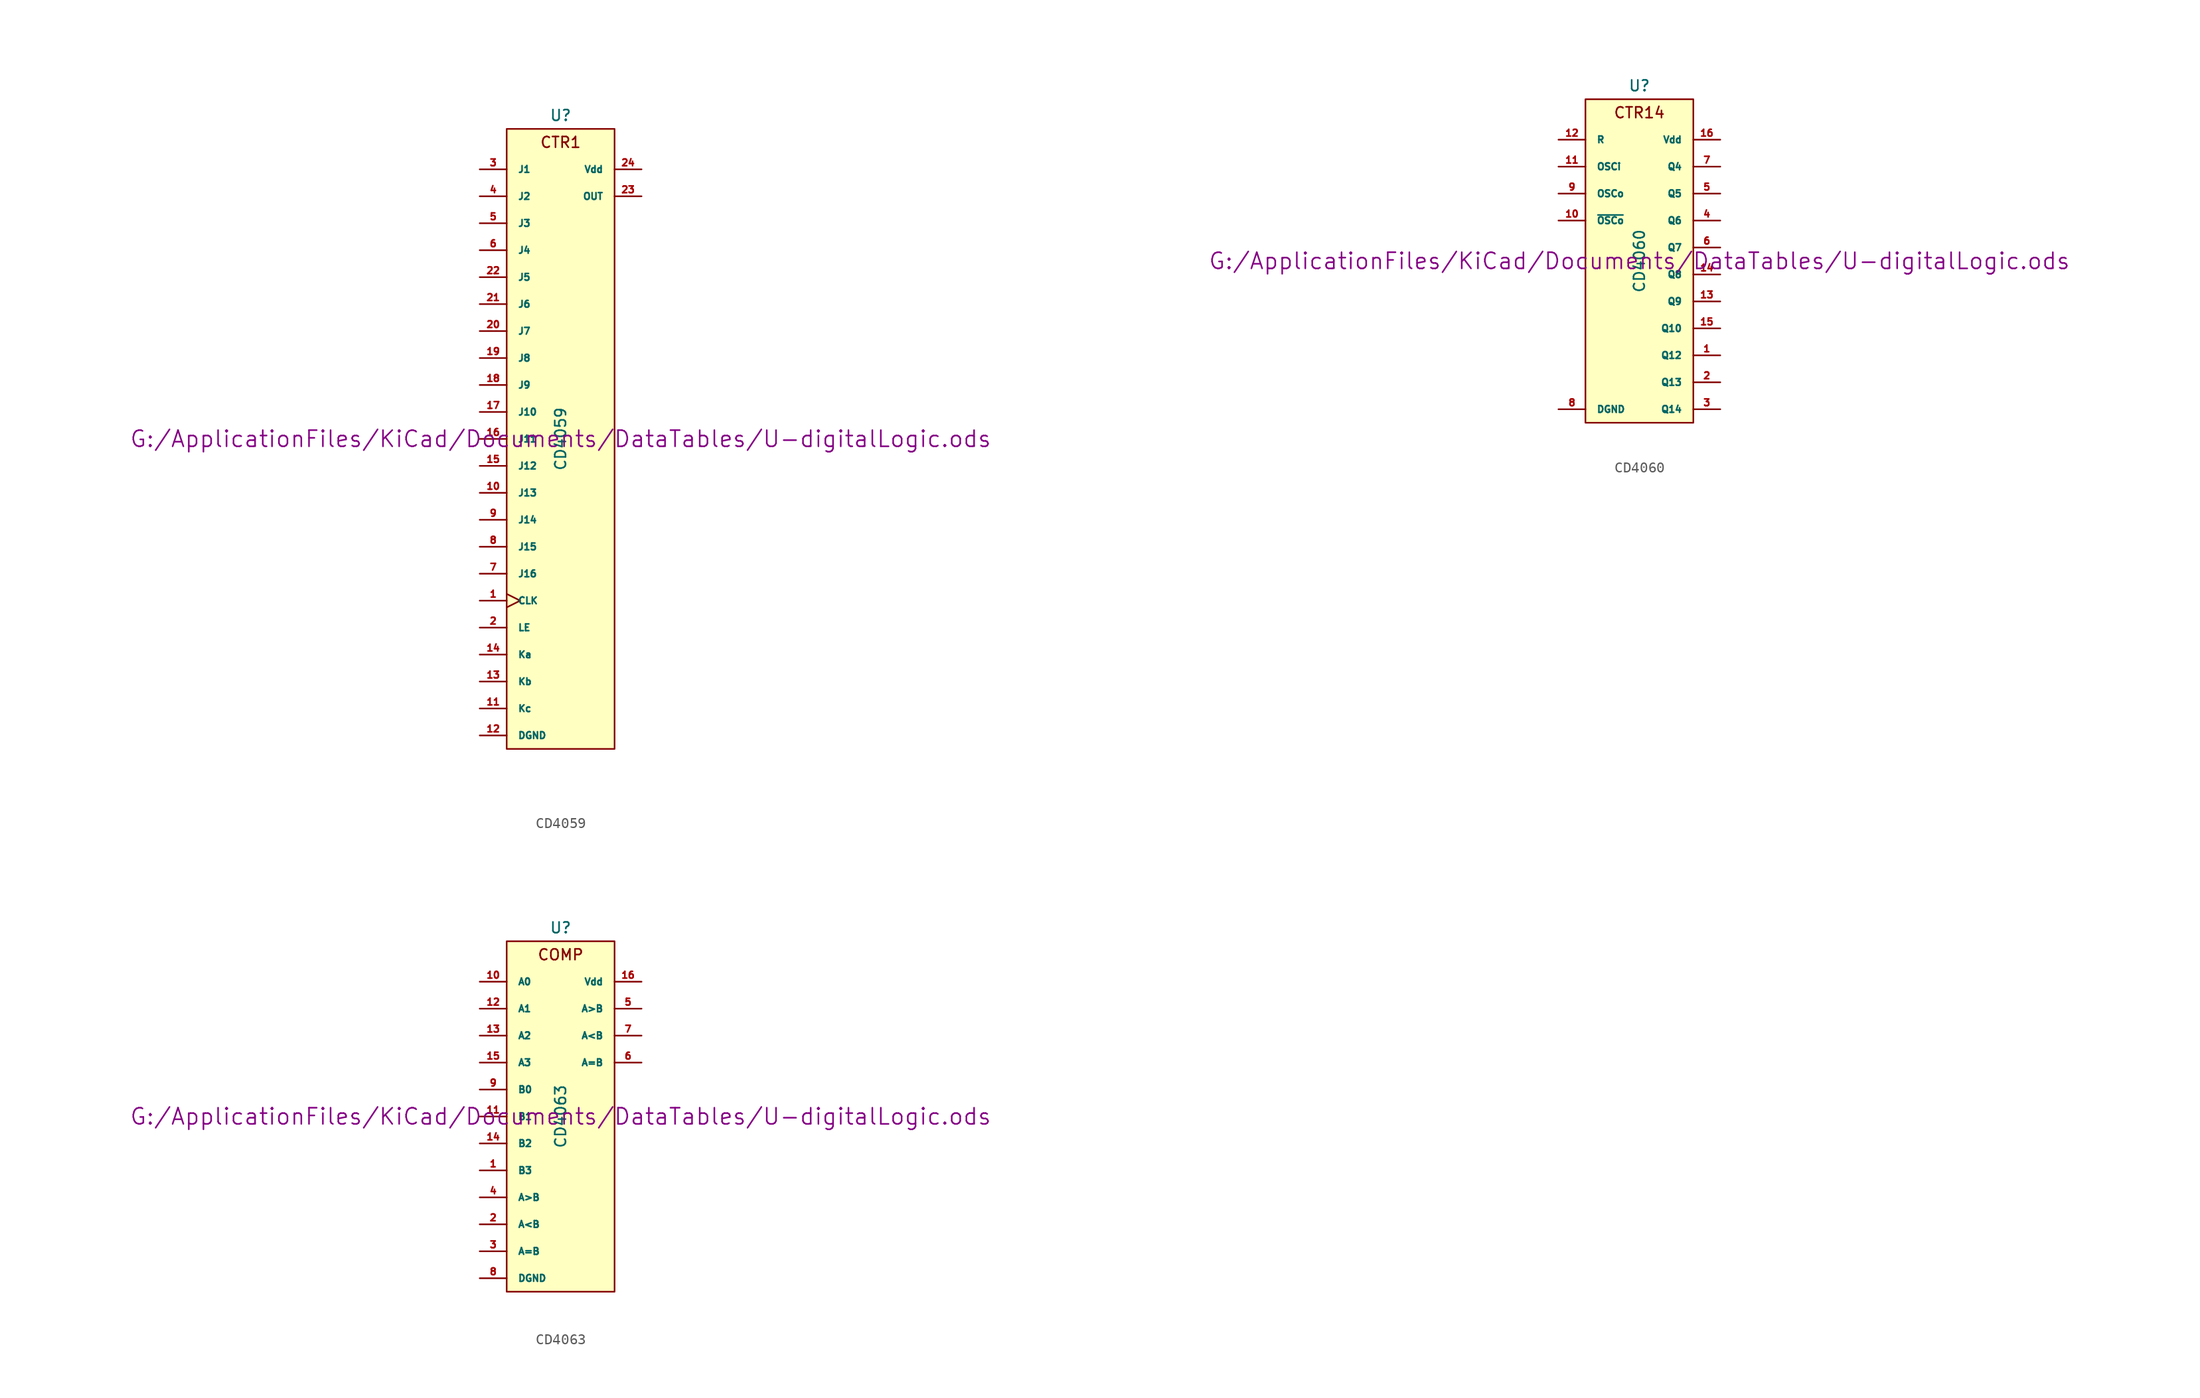
<source format=kicad_sym>
(kicad_symbol_lib
  (version 20211014)
  (generator kicad_symbol_editor)
  (symbol "CD4059"
    (pin_names
      (offset 1.016))
    (property "Reference" "U"
      (at 0 30.48 0)
      (effects (font (size 1.016 1.016))))
    (property "Value" "CD4059"
      (at 0 0 90)
      (effects (font (size 1.016 1.016))))
    (property "Footprint" ""
      (at 0 0 0)
      (effects (font (size 1.524 1.524))))
    (property "Datasheet" "G:/ApplicationFiles/KiCad/Documents/DataTables/U-digitalLogic.ods"
      (at 0 0 0)
      (effects (font (size 1.524 1.524))))
    (symbol "CD4059_0_0"
      (text "CTR1" (at 0 27.94 0) (effects (font (size 1.016 1.016)))))
    (symbol "CD4059_0_1"
      (rectangle (start -5.08 29.21) (end 5.08 -29.21) (stroke (width 0) (type default) (color 0 0 0 0)) (fill (type background))))
    (symbol "CD4059_1_1"
      (pin input clock (at -7.62 -15.24 0) (length 2.54) (name "CLK" (effects (font (size 0.635 0.635)))) (number "1" (effects (font (size 0.635 0.635)))))
      (pin input line (at -7.62 -5.08 0) (length 2.54) (name "J13" (effects (font (size 0.635 0.635)))) (number "10" (effects (font (size 0.635 0.635)))))
      (pin input line (at -7.62 -25.4 0) (length 2.54) (name "Kc" (effects (font (size 0.635 0.635)))) (number "11" (effects (font (size 0.635 0.635)))))
      (pin power_in line (at -7.62 -27.94 0) (length 2.54) (name "DGND" (effects (font (size 0.635 0.635)))) (number "12" (effects (font (size 0.635 0.635)))))
      (pin input line (at -7.62 -22.86 0) (length 2.54) (name "Kb" (effects (font (size 0.635 0.635)))) (number "13" (effects (font (size 0.635 0.635)))))
      (pin input line (at -7.62 -20.32 0) (length 2.54) (name "Ka" (effects (font (size 0.635 0.635)))) (number "14" (effects (font (size 0.635 0.635)))))
      (pin input line (at -7.62 -2.54 0) (length 2.54) (name "J12" (effects (font (size 0.635 0.635)))) (number "15" (effects (font (size 0.635 0.635)))))
      (pin input line (at -7.62 0 0) (length 2.54) (name "J11" (effects (font (size 0.635 0.635)))) (number "16" (effects (font (size 0.635 0.635)))))
      (pin input line (at -7.62 2.54 0) (length 2.54) (name "J10" (effects (font (size 0.635 0.635)))) (number "17" (effects (font (size 0.635 0.635)))))
      (pin input line (at -7.62 5.08 0) (length 2.54) (name "J9" (effects (font (size 0.635 0.635)))) (number "18" (effects (font (size 0.635 0.635)))))
      (pin input line (at -7.62 7.62 0) (length 2.54) (name "J8" (effects (font (size 0.635 0.635)))) (number "19" (effects (font (size 0.635 0.635)))))
      (pin input line (at -7.62 -17.78 0) (length 2.54) (name "LE" (effects (font (size 0.635 0.635)))) (number "2" (effects (font (size 0.635 0.635)))))
      (pin input line (at -7.62 10.16 0) (length 2.54) (name "J7" (effects (font (size 0.635 0.635)))) (number "20" (effects (font (size 0.635 0.635)))))
      (pin input line (at -7.62 12.7 0) (length 2.54) (name "J6" (effects (font (size 0.635 0.635)))) (number "21" (effects (font (size 0.635 0.635)))))
      (pin input line (at -7.62 15.24 0) (length 2.54) (name "J5" (effects (font (size 0.635 0.635)))) (number "22" (effects (font (size 0.635 0.635)))))
      (pin output line (at 7.62 22.86 180) (length 2.54) (name "OUT" (effects (font (size 0.635 0.635)))) (number "23" (effects (font (size 0.635 0.635)))))
      (pin power_in line (at 7.62 25.4 180) (length 2.54) (name "Vdd" (effects (font (size 0.635 0.635)))) (number "24" (effects (font (size 0.635 0.635)))))
      (pin input line (at -7.62 25.4 0) (length 2.54) (name "J1" (effects (font (size 0.635 0.635)))) (number "3" (effects (font (size 0.635 0.635)))))
      (pin input line (at -7.62 22.86 0) (length 2.54) (name "J2" (effects (font (size 0.635 0.635)))) (number "4" (effects (font (size 0.635 0.635)))))
      (pin input line (at -7.62 20.32 0) (length 2.54) (name "J3" (effects (font (size 0.635 0.635)))) (number "5" (effects (font (size 0.635 0.635)))))
      (pin input line (at -7.62 17.78 0) (length 2.54) (name "J4" (effects (font (size 0.635 0.635)))) (number "6" (effects (font (size 0.635 0.635)))))
      (pin input line (at -7.62 -12.7 0) (length 2.54) (name "J16" (effects (font (size 0.635 0.635)))) (number "7" (effects (font (size 0.635 0.635)))))
      (pin input line (at -7.62 -10.16 0) (length 2.54) (name "J15" (effects (font (size 0.635 0.635)))) (number "8" (effects (font (size 0.635 0.635)))))
      (pin input line (at -7.62 -7.62 0) (length 2.54) (name "J14" (effects (font (size 0.635 0.635)))) (number "9" (effects (font (size 0.635 0.635)))))))
  (symbol "CD4060"
    (pin_names
      (offset 1.016))
    (property "Reference" "U"
      (at 0 16.51 0)
      (effects (font (size 1.016 1.016))))
    (property "Value" "CD4060"
      (at 0 0 90)
      (effects (font (size 1.016 1.016))))
    (property "Footprint" ""
      (at 0 0 0)
      (effects (font (size 1.524 1.524))))
    (property "Datasheet" "G:/ApplicationFiles/KiCad/Documents/DataTables/U-digitalLogic.ods"
      (at 0 0 0)
      (effects (font (size 1.524 1.524))))
    (symbol "CD4060_0_0"
      (text "CTR14" (at 0 13.97 0) (effects (font (size 1.016 1.016)))))
    (symbol "CD4060_0_1"
      (rectangle (start -5.08 15.24) (end 5.08 -15.24) (stroke (width 0) (type default) (color 0 0 0 0)) (fill (type background))))
    (symbol "CD4060_1_1"
      (pin output line (at 7.62 -8.89 180) (length 2.54) (name "Q12" (effects (font (size 0.635 0.635)))) (number "1" (effects (font (size 0.635 0.635)))))
      (pin input line (at -7.62 3.81 0) (length 2.54) (name "~{OSCo}" (effects (font (size 0.635 0.635)))) (number "10" (effects (font (size 0.635 0.635)))))
      (pin input line (at -7.62 8.89 0) (length 2.54) (name "OSCi" (effects (font (size 0.635 0.635)))) (number "11" (effects (font (size 0.635 0.635)))))
      (pin input line (at -7.62 11.43 0) (length 2.54) (name "R" (effects (font (size 0.635 0.635)))) (number "12" (effects (font (size 0.635 0.635)))))
      (pin output line (at 7.62 -3.81 180) (length 2.54) (name "Q9" (effects (font (size 0.635 0.635)))) (number "13" (effects (font (size 0.635 0.635)))))
      (pin output line (at 7.62 -1.27 180) (length 2.54) (name "Q8" (effects (font (size 0.635 0.635)))) (number "14" (effects (font (size 0.635 0.635)))))
      (pin output line (at 7.62 -6.35 180) (length 2.54) (name "Q10" (effects (font (size 0.635 0.635)))) (number "15" (effects (font (size 0.635 0.635)))))
      (pin power_in line (at 7.62 11.43 180) (length 2.54) (name "Vdd" (effects (font (size 0.635 0.635)))) (number "16" (effects (font (size 0.635 0.635)))))
      (pin output line (at 7.62 -11.43 180) (length 2.54) (name "Q13" (effects (font (size 0.635 0.635)))) (number "2" (effects (font (size 0.635 0.635)))))
      (pin output line (at 7.62 -13.97 180) (length 2.54) (name "Q14" (effects (font (size 0.635 0.635)))) (number "3" (effects (font (size 0.635 0.635)))))
      (pin output line (at 7.62 3.81 180) (length 2.54) (name "Q6" (effects (font (size 0.635 0.635)))) (number "4" (effects (font (size 0.635 0.635)))))
      (pin output line (at 7.62 6.35 180) (length 2.54) (name "Q5" (effects (font (size 0.635 0.635)))) (number "5" (effects (font (size 0.635 0.635)))))
      (pin output line (at 7.62 1.27 180) (length 2.54) (name "Q7" (effects (font (size 0.635 0.635)))) (number "6" (effects (font (size 0.635 0.635)))))
      (pin output line (at 7.62 8.89 180) (length 2.54) (name "Q4" (effects (font (size 0.635 0.635)))) (number "7" (effects (font (size 0.635 0.635)))))
      (pin power_in line (at -7.62 -13.97 0) (length 2.54) (name "DGND" (effects (font (size 0.635 0.635)))) (number "8" (effects (font (size 0.635 0.635)))))
      (pin input line (at -7.62 6.35 0) (length 2.54) (name "OSCo" (effects (font (size 0.635 0.635)))) (number "9" (effects (font (size 0.635 0.635)))))))
  (symbol "CD4063"
    (pin_names
      (offset 1.016))
    (property "Reference" "U"
      (at 0 17.78 0)
      (effects (font (size 1.016 1.016))))
    (property "Value" "CD4063"
      (at 0 0 90)
      (effects (font (size 1.016 1.016))))
    (property "Footprint" ""
      (at 0 0 0)
      (effects (font (size 1.524 1.524))))
    (property "Datasheet" "G:/ApplicationFiles/KiCad/Documents/DataTables/U-digitalLogic.ods"
      (at 0 0 0)
      (effects (font (size 1.524 1.524))))
    (symbol "CD4063_0_0"
      (text "COMP" (at 0 15.24 0) (effects (font (size 1.016 1.016)))))
    (symbol "CD4063_0_1"
      (rectangle (start -5.08 16.51) (end 5.08 -16.51) (stroke (width 0) (type default) (color 0 0 0 0)) (fill (type background))))
    (symbol "CD4063_1_1"
      (pin input line (at -7.62 -5.08 0) (length 2.54) (name "B3" (effects (font (size 0.635 0.635)))) (number "1" (effects (font (size 0.635 0.635)))))
      (pin input line (at -7.62 12.7 0) (length 2.54) (name "A0" (effects (font (size 0.635 0.635)))) (number "10" (effects (font (size 0.635 0.635)))))
      (pin input line (at -7.62 0 0) (length 2.54) (name "B1" (effects (font (size 0.635 0.635)))) (number "11" (effects (font (size 0.635 0.635)))))
      (pin input line (at -7.62 10.16 0) (length 2.54) (name "A1" (effects (font (size 0.635 0.635)))) (number "12" (effects (font (size 0.635 0.635)))))
      (pin input line (at -7.62 7.62 0) (length 2.54) (name "A2" (effects (font (size 0.635 0.635)))) (number "13" (effects (font (size 0.635 0.635)))))
      (pin input line (at -7.62 -2.54 0) (length 2.54) (name "B2" (effects (font (size 0.635 0.635)))) (number "14" (effects (font (size 0.635 0.635)))))
      (pin input line (at -7.62 5.08 0) (length 2.54) (name "A3" (effects (font (size 0.635 0.635)))) (number "15" (effects (font (size 0.635 0.635)))))
      (pin power_in line (at 7.62 12.7 180) (length 2.54) (name "Vdd" (effects (font (size 0.635 0.635)))) (number "16" (effects (font (size 0.635 0.635)))))
      (pin input line (at -7.62 -10.16 0) (length 2.54) (name "A<B" (effects (font (size 0.635 0.635)))) (number "2" (effects (font (size 0.635 0.635)))))
      (pin input line (at -7.62 -12.7 0) (length 2.54) (name "A=B" (effects (font (size 0.635 0.635)))) (number "3" (effects (font (size 0.635 0.635)))))
      (pin input line (at -7.62 -7.62 0) (length 2.54) (name "A>B" (effects (font (size 0.635 0.635)))) (number "4" (effects (font (size 0.635 0.635)))))
      (pin output line (at 7.62 10.16 180) (length 2.54) (name "A>B" (effects (font (size 0.635 0.635)))) (number "5" (effects (font (size 0.635 0.635)))))
      (pin output line (at 7.62 5.08 180) (length 2.54) (name "A=B" (effects (font (size 0.635 0.635)))) (number "6" (effects (font (size 0.635 0.635)))))
      (pin output line (at 7.62 7.62 180) (length 2.54) (name "A<B" (effects (font (size 0.635 0.635)))) (number "7" (effects (font (size 0.635 0.635)))))
      (pin power_in line (at -7.62 -15.24 0) (length 2.54) (name "DGND" (effects (font (size 0.635 0.635)))) (number "8" (effects (font (size 0.635 0.635)))))
      (pin input line (at -7.62 2.54 0) (length 2.54) (name "B0" (effects (font (size 0.635 0.635)))) (number "9" (effects (font (size 0.635 0.635))))))))
</source>
